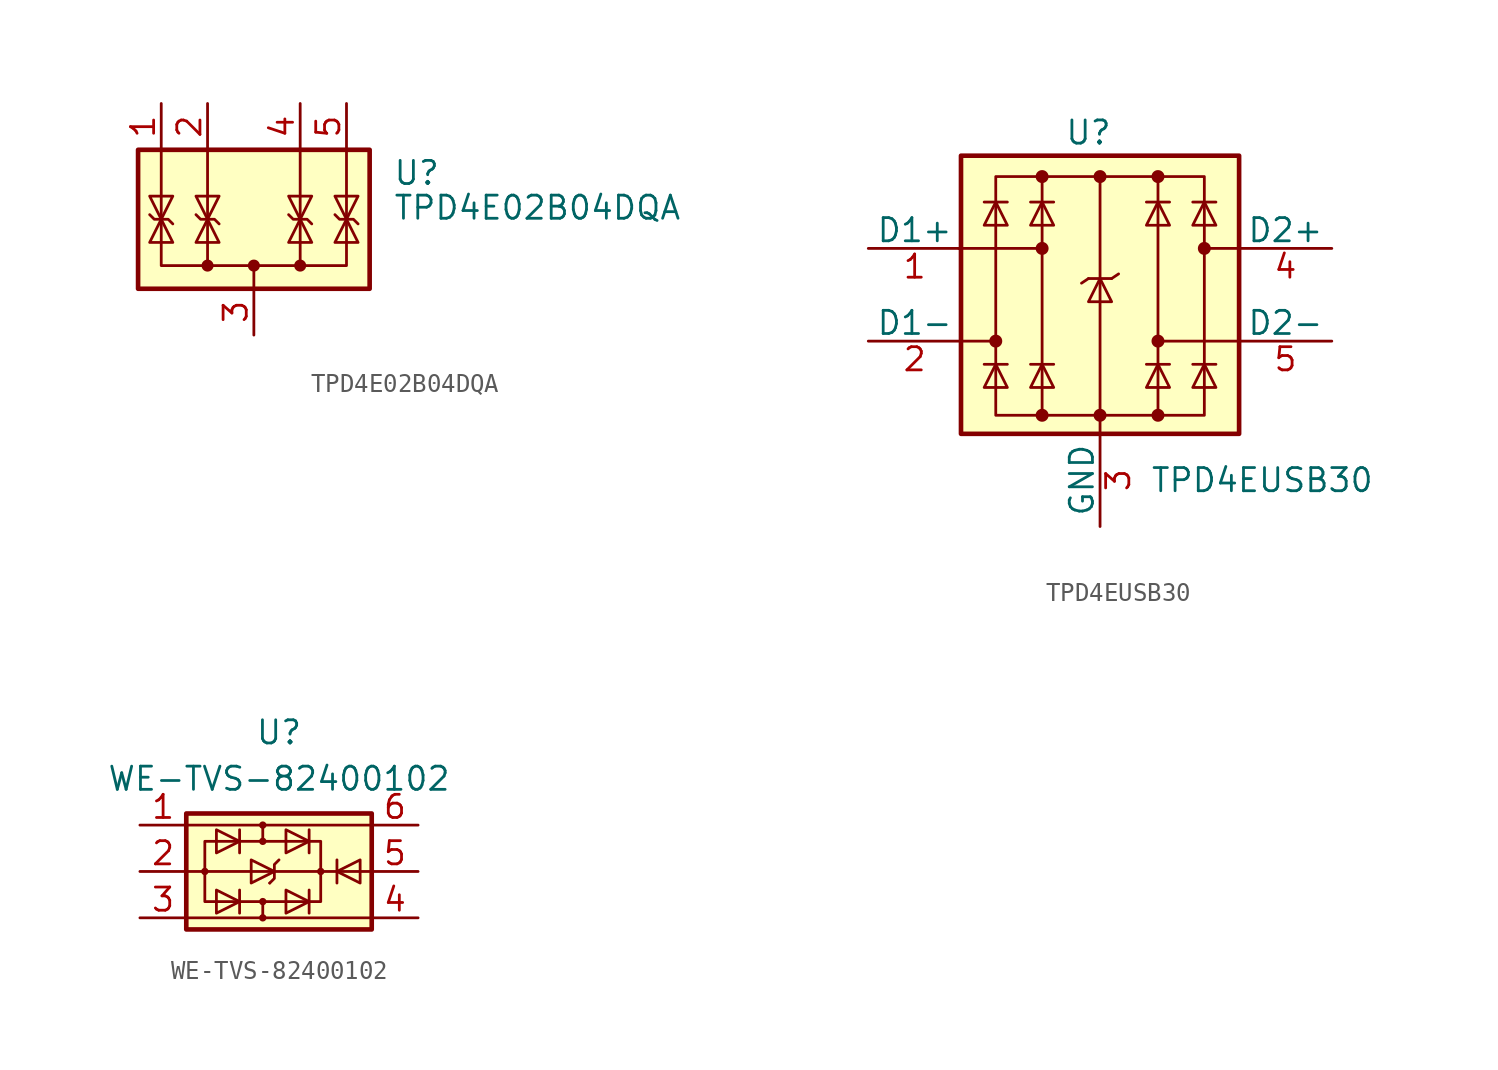
<source format=kicad_sym>
(kicad_symbol_lib
  (version 20220914)
  (generator kicad_symbol_editor)
  (symbol "TPD4E02B04DQA"
    (pin_names hide)
    (property "Reference" "U"
      (at 7.62 3.81 0)
      (effects (font (size 1.27 1.27)) (justify left)))
    (property "Value" "TPD4E02B04DQA"
      (at 7.62 1.905 0)
      (effects (font (size 1.27 1.27)) (justify left)))
    (symbol "TPD4E02B04DQA_0_0"
      (pin passive line (at 0 -5.08 90) (length 2.54) (name "G" (effects (font (size 1.27 1.27)))) (number "3" (effects (font (size 1.27 1.27))))))
    (symbol "TPD4E02B04DQA_0_1"
      (rectangle (start -6.35 5.08) (end 6.35 -2.54) (stroke (width 0.254) (type default)) (fill (type background)))
      (circle (center 0 -1.27) (radius 0.254) (stroke (width 0) (type default)) (fill (type outline)))
      (polyline (pts (xy -2.54 5.08) (xy -2.54 -1.27)) (stroke (width 0) (type default)) (fill (type none)))
      (polyline (pts (xy 0 -1.27) (xy 0 -2.54)) (stroke (width 0) (type default)) (fill (type none)))
      (polyline (pts (xy 2.54 5.08) (xy 2.54 -1.27)) (stroke (width 0) (type default)) (fill (type none)))
      (polyline (pts (xy -5.08 5.08) (xy -5.08 -1.27) (xy 5.08 -1.27) (xy 5.08 5.08)) (stroke (width 0) (type default)) (fill (type none)))
      (polyline (pts (xy -4.445 0) (xy -5.715 0) (xy -5.08 1.27) (xy -4.445 0)) (stroke (width 0) (type default)) (fill (type none)))
      (polyline (pts (xy -3.175 1.524) (xy -2.921 1.27) (xy -2.159 1.27) (xy -1.905 1.016)) (stroke (width 0) (type default)) (fill (type none)))
      (polyline (pts (xy -2.54 1.27) (xy -1.905 0) (xy -3.175 0) (xy -2.54 1.27)) (stroke (width 0) (type default)) (fill (type none)))
      (polyline (pts (xy 2.54 1.27) (xy 1.905 0) (xy 3.175 0) (xy 2.54 1.27)) (stroke (width 0) (type default)) (fill (type none)))
      (polyline (pts (xy 5.08 1.27) (xy 4.445 0) (xy 5.715 0) (xy 5.08 1.27)) (stroke (width 0) (type default)) (fill (type none)))
      (circle (center 2.54 -1.27) (radius 0.254) (stroke (width 0) (type default)) (fill (type outline))))
    (symbol "TPD4E02B04DQA_1_1"
      (circle (center -2.54 -1.27) (radius 0.254) (stroke (width 0) (type default)) (fill (type outline)))
      (polyline (pts (xy -5.715 1.524) (xy -5.461 1.27) (xy -4.699 1.27) (xy -4.445 1.016)) (stroke (width 0) (type default)) (fill (type none)))
      (polyline (pts (xy -5.08 1.27) (xy -5.715 2.54) (xy -4.445 2.54) (xy -5.08 1.27)) (stroke (width 0) (type default)) (fill (type none)))
      (polyline (pts (xy -2.54 1.27) (xy -3.175 2.54) (xy -1.905 2.54) (xy -2.54 1.27)) (stroke (width 0) (type default)) (fill (type none)))
      (polyline (pts (xy 1.905 1.524) (xy 2.159 1.27) (xy 2.921 1.27) (xy 3.175 1.016)) (stroke (width 0) (type default)) (fill (type none)))
      (polyline (pts (xy 2.54 1.27) (xy 1.905 2.54) (xy 3.175 2.54) (xy 2.54 1.27)) (stroke (width 0) (type default)) (fill (type none)))
      (polyline (pts (xy 4.445 1.524) (xy 4.699 1.27) (xy 5.461 1.27) (xy 5.715 1.016)) (stroke (width 0) (type default)) (fill (type none)))
      (polyline (pts (xy 5.08 1.27) (xy 4.445 2.54) (xy 5.715 2.54) (xy 5.08 1.27)) (stroke (width 0) (type default)) (fill (type none)))
      (pin passive line (at -5.08 7.62 270) (length 2.54) (name "IO1" (effects (font (size 1.27 1.27)))) (number "1" (effects (font (size 1.27 1.27)))))
      (pin no_connect line (at -5.08 -2.54 90) (length 2.54) hide (name "NC" (effects (font (size 1.27 1.27)))) (number "10" (effects (font (size 1.27 1.27)))))
      (pin passive line (at -2.54 7.62 270) (length 2.54) (name "IO2" (effects (font (size 1.27 1.27)))) (number "2" (effects (font (size 1.27 1.27)))))
      (pin passive line (at 2.54 7.62 270) (length 2.54) (name "IO3" (effects (font (size 1.27 1.27)))) (number "4" (effects (font (size 1.27 1.27)))))
      (pin passive line (at 5.08 7.62 270) (length 2.54) (name "IO4" (effects (font (size 1.27 1.27)))) (number "5" (effects (font (size 1.27 1.27)))))
      (pin no_connect line (at 5.08 -2.54 90) (length 2.54) hide (name "NC" (effects (font (size 1.27 1.27)))) (number "6" (effects (font (size 1.27 1.27)))))
      (pin no_connect line (at 2.54 -2.54 90) (length 2.54) hide (name "NC" (effects (font (size 1.27 1.27)))) (number "7" (effects (font (size 1.27 1.27)))))
      (pin passive line (at 0 -5.08 90) (length 2.54) hide (name "G" (effects (font (size 1.27 1.27)))) (number "8" (effects (font (size 1.27 1.27)))))
      (pin no_connect line (at -2.54 -2.54 90) (length 2.54) hide (name "NC" (effects (font (size 1.27 1.27)))) (number "9" (effects (font (size 1.27 1.27)))))))
  (symbol "TPD4EUSB30"
    (pin_names
      (offset 0))
    (property "Reference" "U"
      (at -0.635 8.89 0)
      (effects (font (size 1.27 1.27))))
    (property "Value" "TPD4EUSB30"
      (at 8.89 -10.16 0)
      (effects (font (size 1.27 1.27))))
    (symbol "TPD4EUSB30_0_0"
      (rectangle (start -5.715 6.477) (end 5.715 -6.604) (stroke (width 0) (type default)) (fill (type none)))
      (polyline (pts (xy -3.175 -6.604) (xy -3.175 6.477)) (stroke (width 0) (type default)) (fill (type none)))
      (polyline (pts (xy 0 6.477) (xy 0 -6.604)) (stroke (width 0) (type default)) (fill (type none)))
      (polyline (pts (xy 3.175 6.477) (xy 3.175 -6.604)) (stroke (width 0) (type default)) (fill (type none))))
    (symbol "TPD4EUSB30_0_1"
      (rectangle (start -7.62 7.62) (end 7.62 -7.62) (stroke (width 0.254) (type default)) (fill (type background)))
      (circle (center -5.715 -2.54) (radius 0.279) (stroke (width 0) (type default)) (fill (type outline)))
      (circle (center -3.175 -6.604) (radius 0.279) (stroke (width 0) (type default)) (fill (type outline)))
      (circle (center -3.175 2.54) (radius 0.279) (stroke (width 0) (type default)) (fill (type outline)))
      (circle (center -3.175 6.477) (radius 0.279) (stroke (width 0) (type default)) (fill (type outline)))
      (circle (center 0 -6.604) (radius 0.279) (stroke (width 0) (type default)) (fill (type outline)))
      (polyline (pts (xy -7.747 2.54) (xy -3.175 2.54)) (stroke (width 0) (type default)) (fill (type none)))
      (polyline (pts (xy -7.62 -2.54) (xy -5.715 -2.54)) (stroke (width 0) (type default)) (fill (type none)))
      (polyline (pts (xy -5.08 -3.81) (xy -6.35 -3.81)) (stroke (width 0) (type default)) (fill (type none)))
      (polyline (pts (xy -5.08 5.08) (xy -6.35 5.08)) (stroke (width 0) (type default)) (fill (type none)))
      (polyline (pts (xy -2.54 -3.81) (xy -3.81 -3.81)) (stroke (width 0) (type default)) (fill (type none)))
      (polyline (pts (xy -2.54 5.08) (xy -3.81 5.08)) (stroke (width 0) (type default)) (fill (type none)))
      (polyline (pts (xy -0.635 0.889) (xy -1.016 0.635)) (stroke (width 0) (type default)) (fill (type none)))
      (polyline (pts (xy 0 -6.604) (xy 0 -7.62)) (stroke (width 0) (type default)) (fill (type none)))
      (polyline (pts (xy 0.635 0.889) (xy -0.635 0.889)) (stroke (width 0) (type default)) (fill (type none)))
      (polyline (pts (xy 0.635 0.889) (xy 1.016 1.143)) (stroke (width 0) (type default)) (fill (type none)))
      (polyline (pts (xy 3.81 -3.81) (xy 2.54 -3.81)) (stroke (width 0) (type default)) (fill (type none)))
      (polyline (pts (xy 3.81 5.08) (xy 2.54 5.08)) (stroke (width 0) (type default)) (fill (type none)))
      (polyline (pts (xy 6.35 -3.81) (xy 5.08 -3.81)) (stroke (width 0) (type default)) (fill (type none)))
      (polyline (pts (xy 6.35 5.08) (xy 5.08 5.08)) (stroke (width 0) (type default)) (fill (type none)))
      (polyline (pts (xy 7.62 -2.54) (xy 3.175 -2.54)) (stroke (width 0) (type default)) (fill (type none)))
      (polyline (pts (xy 7.62 2.54) (xy 5.715 2.54)) (stroke (width 0) (type default)) (fill (type none)))
      (polyline (pts (xy -5.08 -5.08) (xy -6.35 -5.08) (xy -5.715 -3.81) (xy -5.08 -5.08)) (stroke (width 0) (type default)) (fill (type none)))
      (polyline (pts (xy -5.08 3.81) (xy -6.35 3.81) (xy -5.715 5.08) (xy -5.08 3.81)) (stroke (width 0) (type default)) (fill (type none)))
      (polyline (pts (xy -2.54 -5.08) (xy -3.81 -5.08) (xy -3.175 -3.81) (xy -2.54 -5.08)) (stroke (width 0) (type default)) (fill (type none)))
      (polyline (pts (xy -2.54 3.81) (xy -3.81 3.81) (xy -3.175 5.08) (xy -2.54 3.81)) (stroke (width 0) (type default)) (fill (type none)))
      (polyline (pts (xy 0.635 -0.381) (xy -0.635 -0.381) (xy 0 0.889) (xy 0.635 -0.381)) (stroke (width 0) (type default)) (fill (type none)))
      (polyline (pts (xy 3.81 -5.08) (xy 2.54 -5.08) (xy 3.175 -3.81) (xy 3.81 -5.08)) (stroke (width 0) (type default)) (fill (type none)))
      (polyline (pts (xy 3.81 3.81) (xy 2.54 3.81) (xy 3.175 5.08) (xy 3.81 3.81)) (stroke (width 0) (type default)) (fill (type none)))
      (polyline (pts (xy 6.35 -5.08) (xy 5.08 -5.08) (xy 5.715 -3.81) (xy 6.35 -5.08)) (stroke (width 0) (type default)) (fill (type none)))
      (polyline (pts (xy 6.35 3.81) (xy 5.08 3.81) (xy 5.715 5.08) (xy 6.35 3.81)) (stroke (width 0) (type default)) (fill (type none)))
      (circle (center 0 6.477) (radius 0.279) (stroke (width 0) (type default)) (fill (type outline)))
      (circle (center 3.175 -6.604) (radius 0.279) (stroke (width 0) (type default)) (fill (type outline)))
      (circle (center 3.175 -2.54) (radius 0.279) (stroke (width 0) (type default)) (fill (type outline)))
      (circle (center 3.175 6.477) (radius 0.279) (stroke (width 0) (type default)) (fill (type outline)))
      (circle (center 5.715 2.54) (radius 0.279) (stroke (width 0) (type default)) (fill (type outline))))
    (symbol "TPD4EUSB30_1_1"
      (pin passive line (at -12.7 2.54 0) (length 5.08) (name "D1+" (effects (font (size 1.27 1.27)))) (number "1" (effects (font (size 1.27 1.27)))))
      (pin no_connect line (at -5.08 7.62 0) (length 5.08) hide (name "NC" (effects (font (size 1.27 1.27)))) (number "10" (effects (font (size 1.27 1.27)))))
      (pin passive line (at -12.7 -2.54 0) (length 5.08) (name "D1-" (effects (font (size 1.27 1.27)))) (number "2" (effects (font (size 1.27 1.27)))))
      (pin power_in line (at 0 -12.7 90) (length 5.08) (name "GND" (effects (font (size 1.27 1.27)))) (number "3" (effects (font (size 1.27 1.27)))))
      (pin passive line (at 12.7 2.54 180) (length 5.08) (name "D2+" (effects (font (size 1.27 1.27)))) (number "4" (effects (font (size 1.27 1.27)))))
      (pin passive line (at 12.7 -2.54 180) (length 5.08) (name "D2-" (effects (font (size 1.27 1.27)))) (number "5" (effects (font (size 1.27 1.27)))))
      (pin no_connect line (at 5.08 -7.62 180) (length 5.08) hide (name "NC" (effects (font (size 1.27 1.27)))) (number "6" (effects (font (size 1.27 1.27)))))
      (pin no_connect line (at 5.08 7.62 180) (length 5.08) hide (name "NC" (effects (font (size 1.27 1.27)))) (number "7" (effects (font (size 1.27 1.27)))))
      (pin passive line (at 0 -12.7 90) (length 5.08) hide (name "GND" (effects (font (size 1.27 1.27)))) (number "8" (effects (font (size 1.27 1.27)))))
      (pin no_connect line (at -5.08 -7.62 0) (length 5.08) hide (name "NC" (effects (font (size 1.27 1.27)))) (number "9" (effects (font (size 1.27 1.27)))))))
  (symbol "WE-TVS-82400102"
    (property "Reference" "U"
      (at 0 7.62 0)
      (effects (font (size 1.27 1.27))))
    (property "Value" "WE-TVS-82400102"
      (at 0 5.08 0)
      (effects (font (size 1.27 1.27))))
    (symbol "WE-TVS-82400102_0_1"
      (rectangle (start -5.08 3.175) (end 5.08 -3.175) (stroke (width 0.254) (type default)) (fill (type background)))
      (circle (center -4.064 0) (radius 0.127) (stroke (width 0) (type default)) (fill (type none)))
      (rectangle (start -4.064 1.651) (end 2.286 -1.651) (stroke (width 0) (type default)) (fill (type none)))
      (circle (center -0.889 -2.54) (radius 0.127) (stroke (width 0) (type default)) (fill (type none)))
      (circle (center -0.889 -1.651) (radius 0.127) (stroke (width 0) (type default)) (fill (type none)))
      (circle (center -0.889 1.651) (radius 0.127) (stroke (width 0) (type default)) (fill (type none)))
      (circle (center -0.889 2.54) (radius 0.127) (stroke (width 0) (type default)) (fill (type none)))
      (polyline (pts (xy -5.08 -2.54) (xy 5.08 -2.54)) (stroke (width 0) (type default)) (fill (type none)))
      (polyline (pts (xy -5.08 2.54) (xy 5.08 2.54)) (stroke (width 0) (type default)) (fill (type none)))
      (polyline (pts (xy -4.064 0) (xy -5.08 0)) (stroke (width 0) (type default)) (fill (type none)))
      (polyline (pts (xy -4.064 0) (xy 2.286 0)) (stroke (width 0) (type default)) (fill (type outline)))
      (polyline (pts (xy -2.159 -1.016) (xy -2.159 -2.286)) (stroke (width 0) (type default)) (fill (type none)))
      (polyline (pts (xy -2.159 2.286) (xy -2.159 1.016)) (stroke (width 0) (type default)) (fill (type none)))
      (polyline (pts (xy -0.889 -1.651) (xy -0.889 -2.413)) (stroke (width 0) (type default)) (fill (type none)))
      (polyline (pts (xy -0.889 1.651) (xy -0.889 2.54)) (stroke (width 0) (type default)) (fill (type none)))
      (polyline (pts (xy -0.508 -0.635) (xy -0.508 -0.635)) (stroke (width 0) (type default)) (fill (type none)))
      (polyline (pts (xy 1.651 -1.016) (xy 1.651 -2.286)) (stroke (width 0) (type default)) (fill (type none)))
      (polyline (pts (xy 1.651 2.286) (xy 1.651 1.016)) (stroke (width 0) (type default)) (fill (type none)))
      (polyline (pts (xy 2.286 0) (xy 5.08 0)) (stroke (width 0) (type default)) (fill (type none)))
      (polyline (pts (xy -3.429 -1.016) (xy -3.429 -2.286) (xy -2.159 -1.651) (xy -3.429 -1.016)) (stroke (width 0) (type default)) (fill (type none)))
      (polyline (pts (xy -3.429 1.016) (xy -3.429 2.286) (xy -2.159 1.651) (xy -3.429 1.016)) (stroke (width 0) (type default)) (fill (type none)))
      (polyline (pts (xy 0 0.635) (xy -0.254 0.381) (xy -0.254 -0.381) (xy -0.508 -0.635)) (stroke (width 0) (type default)) (fill (type none)))
      (polyline (pts (xy 0.381 -1.016) (xy 0.381 -2.286) (xy 1.651 -1.651) (xy 0.381 -1.016)) (stroke (width 0) (type default)) (fill (type none)))
      (polyline (pts (xy 0.381 1.016) (xy 0.381 2.286) (xy 1.651 1.651) (xy 0.381 1.016)) (stroke (width 0) (type default)) (fill (type none)))
      (circle (center 2.286 0) (radius 0.127) (stroke (width 0) (type default)) (fill (type none))))
    (symbol "WE-TVS-82400102_1_1"
      (polyline (pts (xy 3.175 0.635) (xy 3.175 -0.635)) (stroke (width 0) (type default)) (fill (type none)))
      (polyline (pts (xy -1.524 0.635) (xy -1.524 -0.635) (xy -0.254 0) (xy -1.524 0.635)) (stroke (width 0) (type default)) (fill (type none)))
      (polyline (pts (xy 4.445 0.635) (xy 4.445 -0.635) (xy 3.175 0) (xy 4.445 0.635)) (stroke (width 0) (type default)) (fill (type none)))
      (pin passive line (at -7.62 2.54 0) (length 2.54) (name "~" (effects (font (size 1.27 1.27)))) (number "1" (effects (font (size 1.27 1.27)))))
      (pin passive line (at -7.62 0 0) (length 2.54) (name "~" (effects (font (size 1.27 1.27)))) (number "2" (effects (font (size 1.27 1.27)))))
      (pin passive line (at -7.62 -2.54 0) (length 2.54) (name "~" (effects (font (size 1.27 1.27)))) (number "3" (effects (font (size 1.27 1.27)))))
      (pin passive line (at 7.62 -2.54 180) (length 2.54) (name "~" (effects (font (size 1.27 1.27)))) (number "4" (effects (font (size 1.27 1.27)))))
      (pin passive line (at 7.62 0 180) (length 2.54) (name "~" (effects (font (size 1.27 1.27)))) (number "5" (effects (font (size 1.27 1.27)))))
      (pin passive line (at 7.62 2.54 180) (length 2.54) (name "~" (effects (font (size 1.27 1.27)))) (number "6" (effects (font (size 1.27 1.27))))))))
</source>
